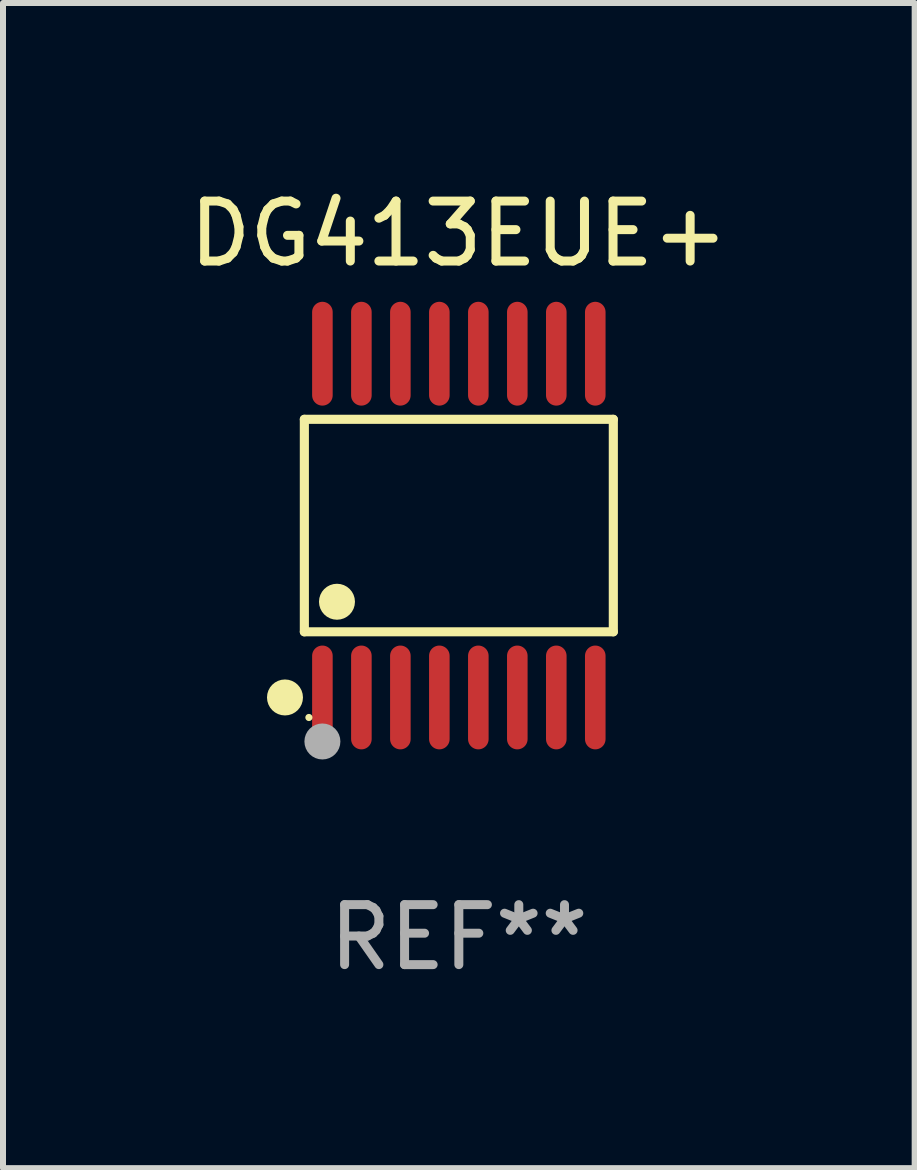
<source format=kicad_pcb>
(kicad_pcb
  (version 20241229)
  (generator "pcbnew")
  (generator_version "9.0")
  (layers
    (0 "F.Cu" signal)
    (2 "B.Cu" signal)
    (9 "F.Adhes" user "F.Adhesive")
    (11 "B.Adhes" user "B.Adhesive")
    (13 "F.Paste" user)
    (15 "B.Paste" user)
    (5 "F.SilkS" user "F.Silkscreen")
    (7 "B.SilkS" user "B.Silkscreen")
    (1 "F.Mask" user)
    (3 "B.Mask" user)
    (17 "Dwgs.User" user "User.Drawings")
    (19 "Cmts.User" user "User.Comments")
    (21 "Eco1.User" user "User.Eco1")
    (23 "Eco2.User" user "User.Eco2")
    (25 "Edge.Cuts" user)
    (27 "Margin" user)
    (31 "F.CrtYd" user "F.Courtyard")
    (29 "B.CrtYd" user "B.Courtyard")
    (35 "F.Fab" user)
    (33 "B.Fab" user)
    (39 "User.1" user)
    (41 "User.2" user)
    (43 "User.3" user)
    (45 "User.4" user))
  (footprint "DG413EUE+"
    (layer "F.Cu")
    (at 4.601 5.714)
    (property "Reference" "DG413EUE+" (at 0 -4.866 0) (layer "F.SilkS") (effects (font (size 1 1) (thickness 0.15))))
    (attr through_hole)
    (fp_line (start -2.576 -1.772) (end 2.576 -1.772) (stroke (width 0.152) (type solid)) (layer "F.SilkS"))
    (fp_line (start -2.576 1.771) (end -2.576 -1.772) (stroke (width 0.152) (type solid)) (layer "F.SilkS"))
    (fp_line (start 2.576 -1.772) (end 2.576 1.771) (stroke (width 0.152) (type solid)) (layer "F.SilkS"))
    (fp_line (start 2.576 1.771) (end -2.576 1.771) (stroke (width 0.152) (type solid)) (layer "F.SilkS"))
    (fp_circle (center -2.899 2.866) (end -2.749 2.866) (stroke (width 0.3) (type solid)) (fill no) (layer "F.SilkS"))
    (fp_circle (center -2.5 3.2) (end -2.47 3.2) (stroke (width 0.06) (type solid)) (fill no) (layer "F.SilkS"))
    (fp_circle (center -2.032 1.27) (end -1.882 1.27) (stroke (width 0.3) (type solid)) (fill no) (layer "F.SilkS"))
    (fp_circle (center -2.275 3.6) (end -2.125 3.6) (stroke (width 0.3) (type solid)) (fill no) (layer "F.Fab"))
    (fp_text user "REF**" (at 0 6.866 0) (layer "F.Fab") (effects (font (size 1 1) (thickness 0.15))))
    (pad "1" smd oval (at -2.275 2.866) (size 0.343 1.731) (layers "F.Cu" "F.Mask" "F.Paste"))
    (pad "2" smd oval (at -1.625 2.866) (size 0.343 1.731) (layers "F.Cu" "F.Mask" "F.Paste"))
    (pad "3" smd oval (at -0.975 2.866) (size 0.343 1.731) (layers "F.Cu" "F.Mask" "F.Paste"))
    (pad "4" smd oval (at -0.325 2.866) (size 0.343 1.731) (layers "F.Cu" "F.Mask" "F.Paste"))
    (pad "5" smd oval (at 0.325 2.866) (size 0.343 1.731) (layers "F.Cu" "F.Mask" "F.Paste"))
    (pad "6" smd oval (at 0.975 2.866) (size 0.343 1.731) (layers "F.Cu" "F.Mask" "F.Paste"))
    (pad "7" smd oval (at 1.625 2.866) (size 0.343 1.731) (layers "F.Cu" "F.Mask" "F.Paste"))
    (pad "8" smd oval (at 2.275 2.866) (size 0.343 1.731) (layers "F.Cu" "F.Mask" "F.Paste"))
    (pad "9" smd oval (at 2.275 -2.866) (size 0.343 1.731) (layers "F.Cu" "F.Mask" "F.Paste"))
    (pad "10" smd oval (at 1.625 -2.866) (size 0.343 1.731) (layers "F.Cu" "F.Mask" "F.Paste"))
    (pad "11" smd oval (at 0.975 -2.866) (size 0.343 1.731) (layers "F.Cu" "F.Mask" "F.Paste"))
    (pad "12" smd oval (at 0.325 -2.866) (size 0.343 1.731) (layers "F.Cu" "F.Mask" "F.Paste"))
    (pad "13" smd oval (at -0.325 -2.866) (size 0.343 1.731) (layers "F.Cu" "F.Mask" "F.Paste"))
    (pad "14" smd oval (at -0.975 -2.866) (size 0.343 1.731) (layers "F.Cu" "F.Mask" "F.Paste"))
    (pad "15" smd oval (at -1.625 -2.866) (size 0.343 1.731) (layers "F.Cu" "F.Mask" "F.Paste"))
    (pad "16" smd oval (at -2.275 -2.866) (size 0.343 1.731) (layers "F.Cu" "F.Mask" "F.Paste")))
  (gr_rect
    (start -3 -3)
    (end 12.202 16.428)
    (stroke (width 0.1) (type default))
    (fill no)
    (layer "Edge.Cuts")))
</source>
